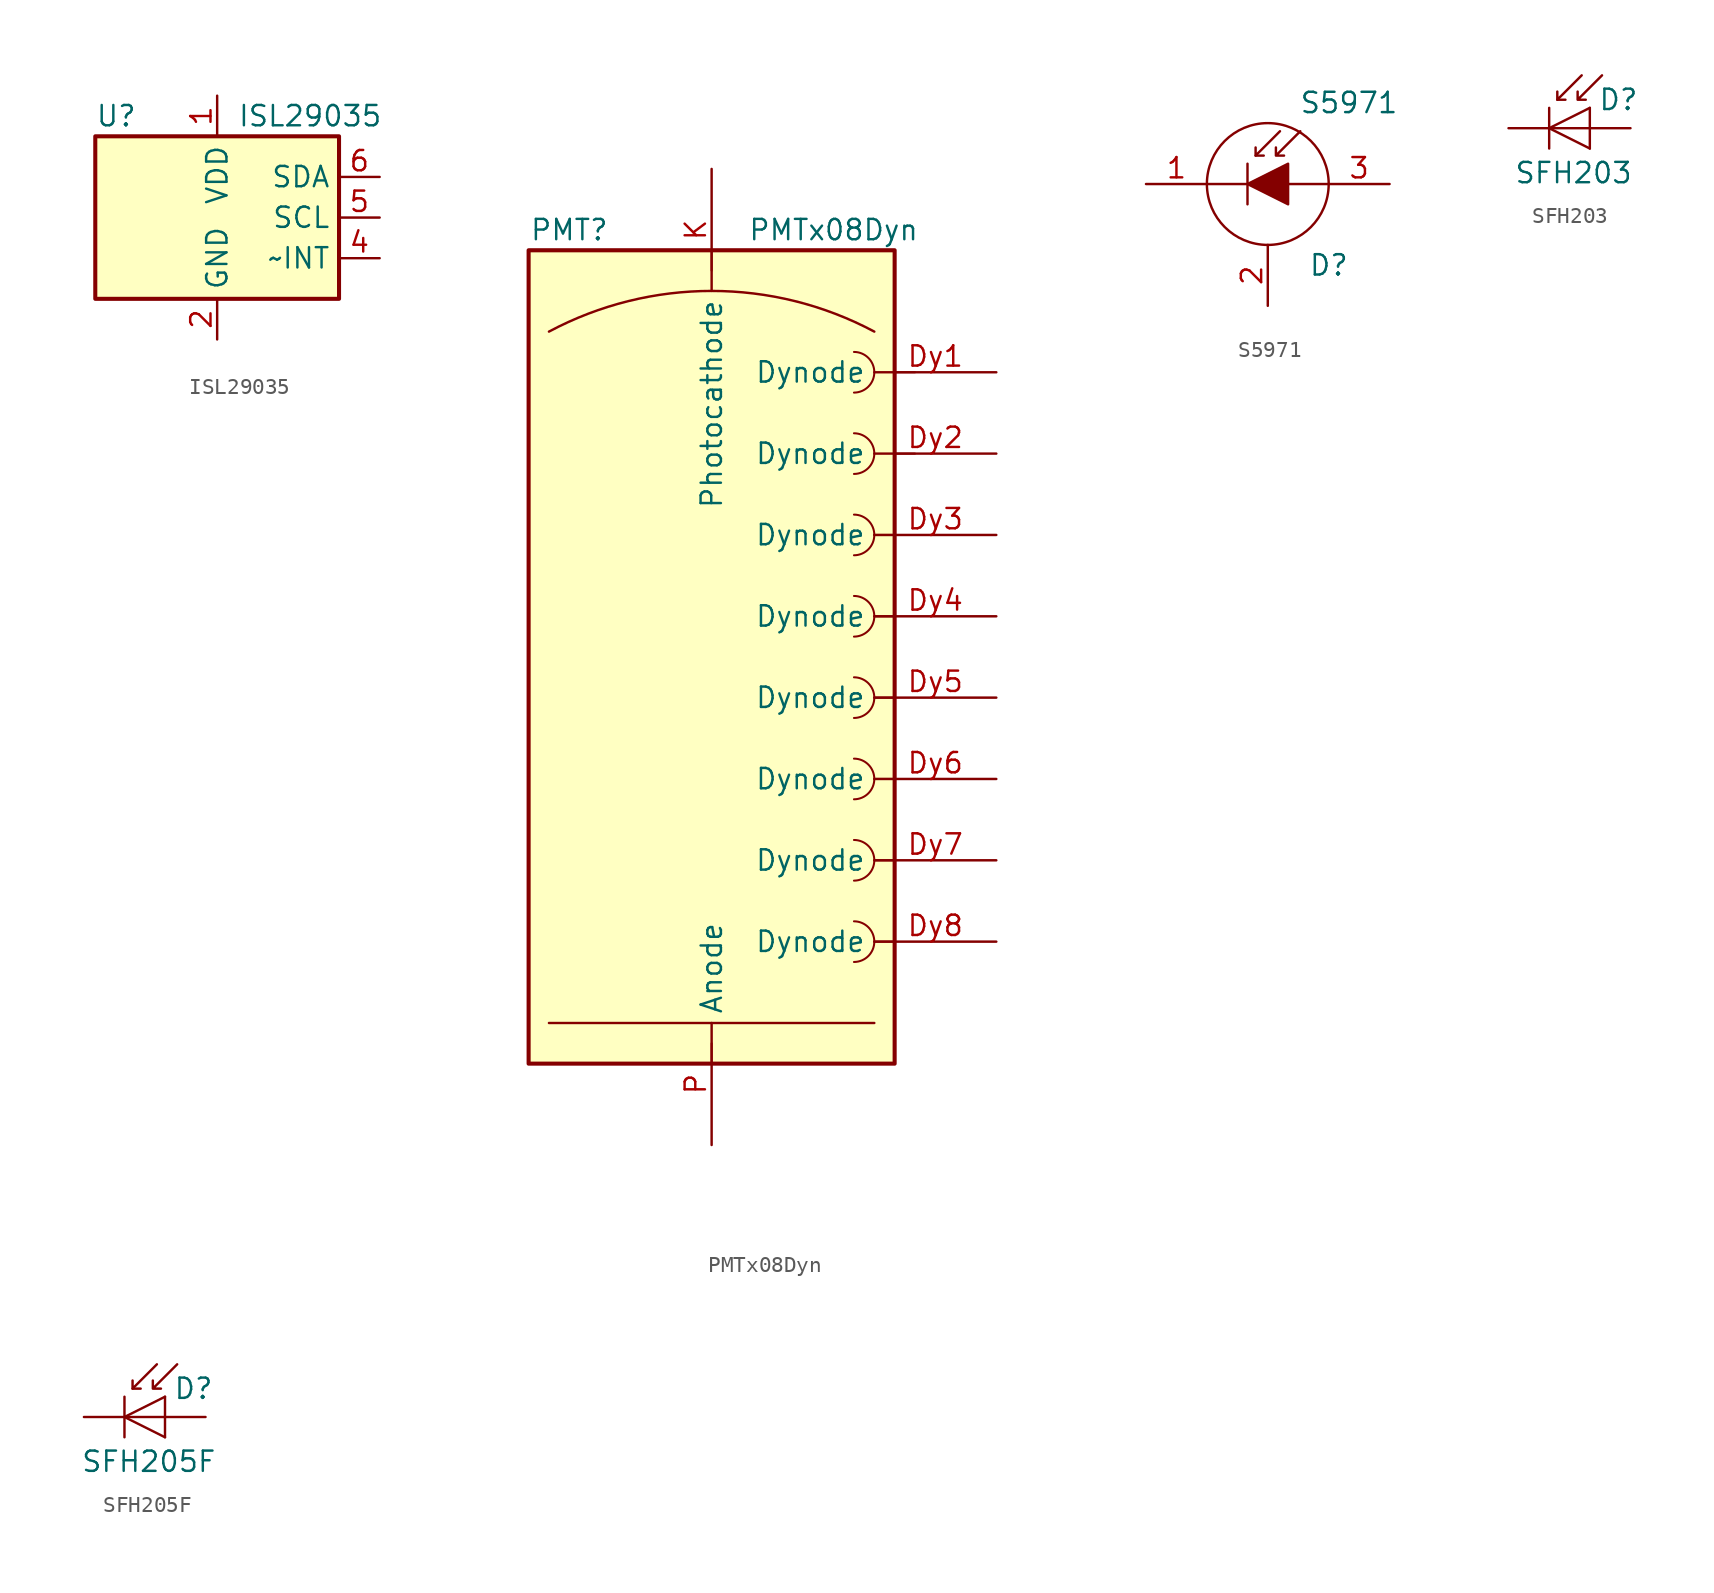
<source format=kicad_sym>
(kicad_symbol_lib
  (version 20231120)
  (generator "kicad_symbol_editor")
  (generator_version "8.0")
  (symbol "ISL29035"
    (property "Reference" "U"
      (at -7.62 6.35 0)
      (effects (font (size 1.27 1.27)) (justify left)))
    (property "Value" "ISL29035"
      (at 1.27 6.35 0)
      (effects (font (size 1.27 1.27)) (justify left)))
    (symbol "ISL29035_0_1"
      (rectangle (start -7.62 5.08) (end 7.62 -5.08) (stroke (width 0.254) (type default)) (fill (type background))))
    (symbol "ISL29035_1_1"
      (pin power_in line (at 0 7.62 270) (length 2.54) (name "VDD" (effects (font (size 1.27 1.27)))) (number "1" (effects (font (size 1.27 1.27)))))
      (pin power_in line (at 0 -7.62 90) (length 2.54) (name "GND" (effects (font (size 1.27 1.27)))) (number "2" (effects (font (size 1.27 1.27)))))
      (pin no_connect line (at -7.62 0 0) (length 2.54) hide (name "NC" (effects (font (size 1.27 1.27)))) (number "3" (effects (font (size 1.27 1.27)))))
      (pin open_collector line (at 10.16 -2.54 180) (length 2.54) (name "~INT" (effects (font (size 1.27 1.27)))) (number "4" (effects (font (size 1.27 1.27)))))
      (pin input line (at 10.16 0 180) (length 2.54) (name "SCL" (effects (font (size 1.27 1.27)))) (number "5" (effects (font (size 1.27 1.27)))))
      (pin bidirectional line (at 10.16 2.54 180) (length 2.54) (name "SDA" (effects (font (size 1.27 1.27)))) (number "6" (effects (font (size 1.27 1.27)))))))
  (symbol "PMTx08Dyn"
    (property "Reference" "PMT"
      (at -8.89 26.67 0)
      (effects (font (size 1.27 1.27))))
    (property "Value" "PMTx08Dyn"
      (at 7.62 26.67 0)
      (effects (font (size 1.27 1.27))))
    (symbol "PMTx08Dyn_0_1"
      (polyline (pts (xy 0 -25.4) (xy 0 -24.13)) (stroke (width 0.127) (type default)) (fill (type none)))
      (polyline (pts (xy 0 25.4) (xy 0 24.13)) (stroke (width 0.127) (type default)) (fill (type none)))
      (polyline (pts (xy 10.16 -22.86) (xy -10.16 -22.86)) (stroke (width 0) (type default)) (fill (type none)))
      (polyline (pts (xy 11.43 -17.78) (xy 10.16 -17.78)) (stroke (width 0.127) (type default)) (fill (type none)))
      (polyline (pts (xy 11.43 -12.7) (xy 10.16 -12.7)) (stroke (width 0.127) (type default)) (fill (type none)))
      (polyline (pts (xy 11.43 -7.62) (xy 10.16 -7.62)) (stroke (width 0.127) (type default)) (fill (type none)))
      (polyline (pts (xy 11.43 -2.54) (xy 10.16 -2.54)) (stroke (width 0.127) (type default)) (fill (type none)))
      (polyline (pts (xy 11.43 2.54) (xy 10.16 2.54)) (stroke (width 0.127) (type default)) (fill (type none)))
      (polyline (pts (xy 11.43 7.62) (xy 10.16 7.62)) (stroke (width 0.127) (type default)) (fill (type none)))
      (polyline (pts (xy 12.7 12.7) (xy 11.43 12.7)) (stroke (width 0.127) (type default)) (fill (type none)))
      (polyline (pts (xy 12.7 17.78) (xy 11.43 17.78)) (stroke (width 0.127) (type default)) (fill (type none)))
      (arc (start 8.89 -19.05) (mid 10.1545 -17.78) (end 8.89 -16.51) (stroke (width 0.127) (type default)) (fill (type none)))
      (arc (start 8.89 -13.97) (mid 10.1545 -12.7) (end 8.89 -11.43) (stroke (width 0.127) (type default)) (fill (type none)))
      (arc (start 8.89 -8.89) (mid 10.1545 -7.62) (end 8.89 -6.35) (stroke (width 0.127) (type default)) (fill (type none)))
      (arc (start 8.89 -3.81) (mid 10.1545 -2.54) (end 8.89 -1.27) (stroke (width 0.127) (type default)) (fill (type none)))
      (arc (start 8.89 1.27) (mid 10.1545 2.54) (end 8.89 3.81) (stroke (width 0.127) (type default)) (fill (type none)))
      (arc (start 8.89 6.35) (mid 10.1545 7.62) (end 8.89 8.89) (stroke (width 0.127) (type default)) (fill (type none)))
      (arc (start 8.89 11.43) (mid 10.1545 12.7) (end 8.89 13.97) (stroke (width 0.127) (type default)) (fill (type none)))
      (arc (start 8.89 16.51) (mid 10.1545 17.78) (end 8.89 19.05) (stroke (width 0.127) (type default)) (fill (type none)))
      (arc (start 10.16 20.32) (mid 0 22.86) (end -10.16 20.32) (stroke (width 0) (type default)) (fill (type none)))
      (rectangle (start 11.43 -25.4) (end -11.43 25.4) (stroke (width 0.254) (type default)) (fill (type background))))
    (symbol "PMTx08Dyn_1_1"
      (pin passive line (at 17.78 17.78 180) (length 7.62) (name "Dynode" (effects (font (size 1.27 1.27)))) (number "Dy1" (effects (font (size 1.27 1.27)))))
      (pin passive line (at 17.78 12.7 180) (length 7.62) (name "Dynode" (effects (font (size 1.27 1.27)))) (number "Dy2" (effects (font (size 1.27 1.27)))))
      (pin passive line (at 17.78 7.62 180) (length 7.62) (name "Dynode" (effects (font (size 1.27 1.27)))) (number "Dy3" (effects (font (size 1.27 1.27)))))
      (pin passive line (at 17.78 2.54 180) (length 7.62) (name "Dynode" (effects (font (size 1.27 1.27)))) (number "Dy4" (effects (font (size 1.27 1.27)))))
      (pin passive line (at 17.78 -2.54 180) (length 7.62) (name "Dynode" (effects (font (size 1.27 1.27)))) (number "Dy5" (effects (font (size 1.27 1.27)))))
      (pin passive line (at 17.78 -7.62 180) (length 7.62) (name "Dynode" (effects (font (size 1.27 1.27)))) (number "Dy6" (effects (font (size 1.27 1.27)))))
      (pin passive line (at 17.78 -12.7 180) (length 7.62) (name "Dynode" (effects (font (size 1.27 1.27)))) (number "Dy7" (effects (font (size 1.27 1.27)))))
      (pin passive line (at 17.78 -17.78 180) (length 7.62) (name "Dynode" (effects (font (size 1.27 1.27)))) (number "Dy8" (effects (font (size 1.27 1.27)))))
      (pin passive line (at 0 30.48 270) (length 7.62) (name "Photocathode" (effects (font (size 1.27 1.27)))) (number "K" (effects (font (size 1.27 1.27)))))
      (pin passive line (at 0 -30.48 90) (length 7.62) (name "Anode" (effects (font (size 1.27 1.27)))) (number "P" (effects (font (size 1.27 1.27)))))))
  (symbol "S5971"
    (pin_names
      (offset 0.254) hide)
    (property "Reference" "D"
      (at 2.54 -5.08 0)
      (effects (font (size 1.27 1.27)) (justify left)))
    (property "Value" "S5971"
      (at 5.08 5.08 0)
      (effects (font (size 1.27 1.27))))
    (symbol "S5971_0_0"
      (pin passive line (at 0 -7.62 90) (length 3.81) (name "C" (effects (font (size 1.27 1.27)))) (number "2" (effects (font (size 1.27 1.27))))))
    (symbol "S5971_0_1"
      (polyline (pts (xy -1.27 0) (xy -3.81 0)) (stroke (width 0) (type default)) (fill (type none)))
      (polyline (pts (xy -1.27 1.27) (xy -1.27 -1.27)) (stroke (width 0.152) (type default)) (fill (type none)))
      (polyline (pts (xy -0.762 1.778) (xy -0.254 1.778)) (stroke (width 0) (type default)) (fill (type none)))
      (polyline (pts (xy 3.81 0) (xy 1.27 0)) (stroke (width 0) (type default)) (fill (type none)))
      (polyline (pts (xy 0.762 3.302) (xy -0.762 1.778) (xy -0.762 2.286)) (stroke (width 0) (type default)) (fill (type none)))
      (polyline (pts (xy -1.27 0) (xy 1.27 1.27) (xy 1.27 -1.27) (xy -1.27 0)) (stroke (width 0) (type default)) (fill (type outline)))
      (polyline (pts (xy 2.032 3.302) (xy 0.508 1.778) (xy 0.508 2.286) (xy 0.508 1.778) (xy 1.016 1.778)) (stroke (width 0) (type default)) (fill (type none)))
      (circle (center 0 0) (radius 3.81) (stroke (width 0) (type default)) (fill (type none))))
    (symbol "S5971_1_1"
      (pin passive line (at -7.62 0 0) (length 3.81) (name "K" (effects (font (size 1.27 1.27)))) (number "1" (effects (font (size 1.27 1.27)))))
      (pin passive line (at 7.62 0 180) (length 3.81) (name "A" (effects (font (size 1.27 1.27)))) (number "3" (effects (font (size 1.27 1.27)))))))
  (symbol "SFH203"
    (pin_numbers hide)
    (pin_names hide)
    (property "Reference" "D"
      (at 0.508 1.778 0)
      (effects (font (size 1.27 1.27)) (justify left)))
    (property "Value" "SFH203"
      (at -1.016 -2.794 0)
      (effects (font (size 1.27 1.27))))
    (symbol "SFH203_0_1"
      (polyline (pts (xy -2.54 0) (xy 0 0)) (stroke (width 0) (type default)) (fill (type none)))
      (polyline (pts (xy -2.54 1.27) (xy -2.54 -1.27)) (stroke (width 0.152) (type default)) (fill (type none)))
      (polyline (pts (xy -2.032 1.778) (xy -1.524 1.778)) (stroke (width 0) (type default)) (fill (type none)))
      (polyline (pts (xy 0 -1.27) (xy 0 1.27)) (stroke (width 0) (type default)) (fill (type none)))
      (polyline (pts (xy -0.508 3.302) (xy -2.032 1.778) (xy -2.032 2.286)) (stroke (width 0) (type default)) (fill (type none)))
      (polyline (pts (xy 0 1.27) (xy -2.54 0) (xy 0 -1.27)) (stroke (width 0) (type default)) (fill (type none)))
      (polyline (pts (xy 0.762 3.302) (xy -0.762 1.778) (xy -0.762 2.286) (xy -0.762 1.778) (xy -0.254 1.778)) (stroke (width 0) (type default)) (fill (type none))))
    (symbol "SFH203_1_1"
      (pin passive line (at -5.08 0 0) (length 2.54) (name "K" (effects (font (size 1.27 1.27)))) (number "1" (effects (font (size 1.27 1.27)))))
      (pin passive line (at 2.54 0 180) (length 2.54) (name "A" (effects (font (size 1.27 1.27)))) (number "2" (effects (font (size 1.27 1.27)))))))
  (symbol "SFH205F"
    (pin_numbers hide)
    (pin_names
      (offset 1.016) hide)
    (property "Reference" "D"
      (at 0.508 1.778 0)
      (effects (font (size 1.27 1.27)) (justify left)))
    (property "Value" "SFH205F"
      (at -1.016 -2.794 0)
      (effects (font (size 1.27 1.27))))
    (symbol "SFH205F_0_1"
      (polyline (pts (xy -2.54 1.27) (xy -2.54 -1.27)) (stroke (width 0.152) (type default)) (fill (type none)))
      (polyline (pts (xy -2.032 1.778) (xy -1.524 1.778)) (stroke (width 0) (type default)) (fill (type none)))
      (polyline (pts (xy 0 0) (xy -2.54 0)) (stroke (width 0) (type default)) (fill (type none)))
      (polyline (pts (xy 0 1.27) (xy 0 -1.27)) (stroke (width 0) (type default)) (fill (type none)))
      (polyline (pts (xy -0.508 3.302) (xy -2.032 1.778) (xy -2.032 2.286)) (stroke (width 0) (type default)) (fill (type none)))
      (polyline (pts (xy 0 1.27) (xy -2.54 0) (xy 0 -1.27)) (stroke (width 0) (type default)) (fill (type none)))
      (polyline (pts (xy 0.762 3.302) (xy -0.762 1.778) (xy -0.762 2.286) (xy -0.762 1.778) (xy -0.254 1.778)) (stroke (width 0) (type default)) (fill (type none))))
    (symbol "SFH205F_1_1"
      (pin passive line (at -5.08 0 0) (length 2.54) (name "K" (effects (font (size 1.27 1.27)))) (number "1" (effects (font (size 1.27 1.27)))))
      (pin passive line (at 2.54 0 180) (length 2.54) (name "A" (effects (font (size 1.27 1.27)))) (number "2" (effects (font (size 1.27 1.27))))))))
</source>
